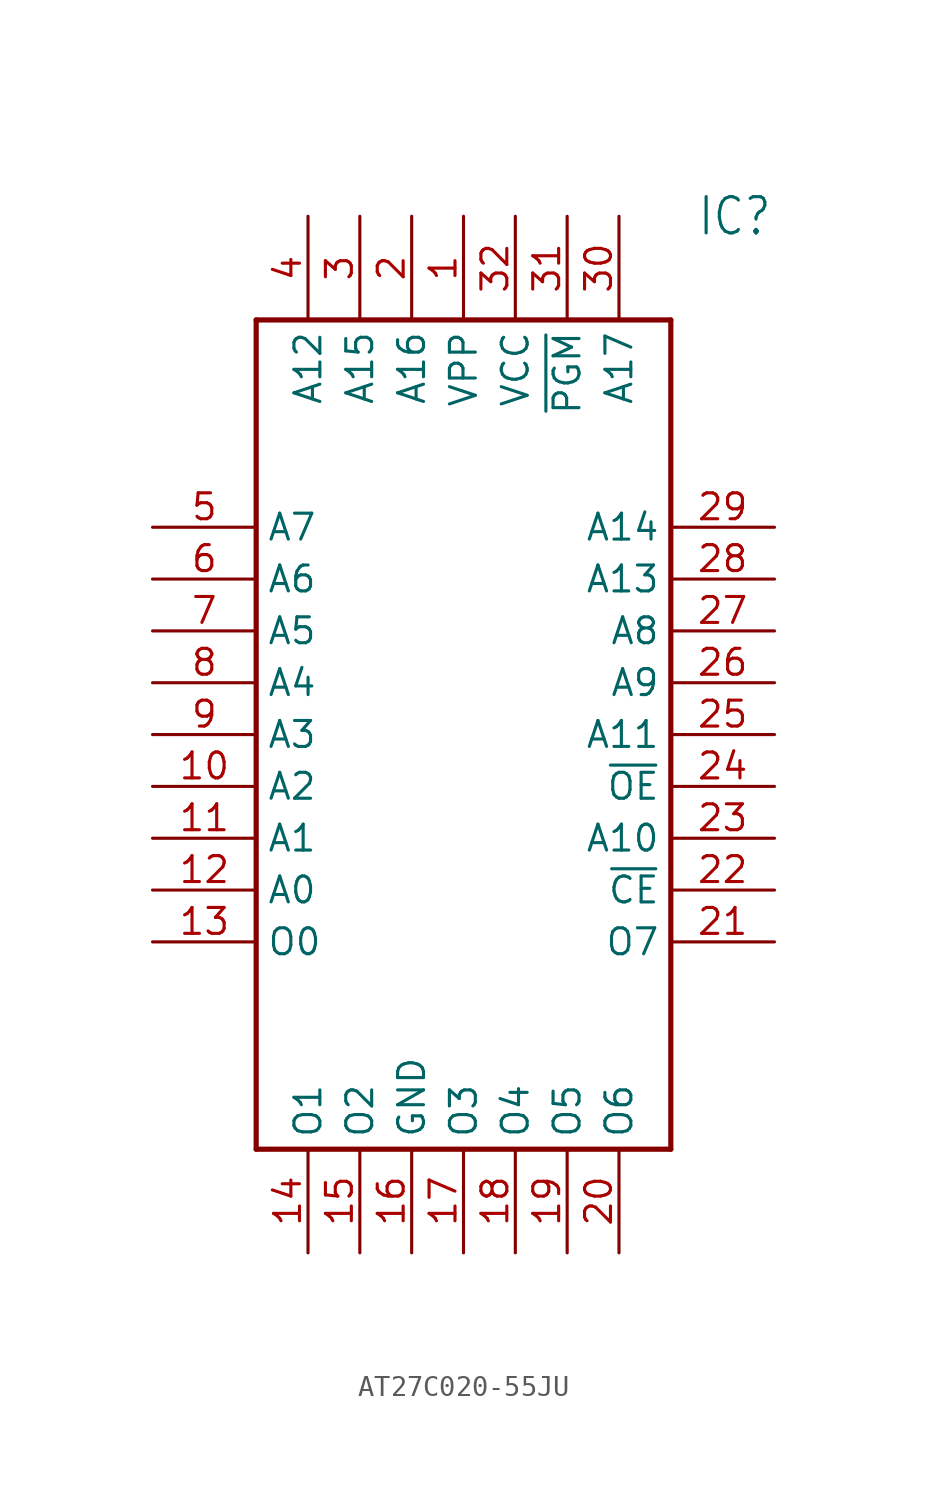
<source format=kicad_sym>
(kicad_symbol_lib
  (version 20220914)
  (generator kicad_symbol_editor)
  (symbol "AT27C020-55JU"
    (property "Reference" "IC"
      (at 26.67 15.24 0)
      (effects (font (size 1.778 1.511)) (justify left)))
    (property "Value" ""
      (at 26.67 12.7 0)
      (effects (font (size 1.778 1.511)) (justify left)))
    (property "ki_locked" ""
      (at 0 0 0)
      (effects (font (size 1.27 1.27))))
    (symbol "AT27C020-55JU_1_0"
      (polyline (pts (xy 5.08 10.16) (xy 5.08 -30.48)) (stroke (width 0.254) (type solid)) (fill (type none)))
      (polyline (pts (xy 5.08 10.16) (xy 25.4 10.16)) (stroke (width 0.254) (type solid)) (fill (type none)))
      (polyline (pts (xy 25.4 -30.48) (xy 5.08 -30.48)) (stroke (width 0.254) (type solid)) (fill (type none)))
      (polyline (pts (xy 25.4 -30.48) (xy 25.4 10.16)) (stroke (width 0.254) (type solid)) (fill (type none)))
      (pin bidirectional line (at 15.24 15.24 270) (length 5.08) (name "VPP" (effects (font (size 1.27 1.27)))) (number "1" (effects (font (size 1.27 1.27)))))
      (pin bidirectional line (at 0 -12.7 0) (length 5.08) (name "A2" (effects (font (size 1.27 1.27)))) (number "10" (effects (font (size 1.27 1.27)))))
      (pin bidirectional line (at 0 -15.24 0) (length 5.08) (name "A1" (effects (font (size 1.27 1.27)))) (number "11" (effects (font (size 1.27 1.27)))))
      (pin bidirectional line (at 0 -17.78 0) (length 5.08) (name "A0" (effects (font (size 1.27 1.27)))) (number "12" (effects (font (size 1.27 1.27)))))
      (pin bidirectional line (at 0 -20.32 0) (length 5.08) (name "O0" (effects (font (size 1.27 1.27)))) (number "13" (effects (font (size 1.27 1.27)))))
      (pin bidirectional line (at 7.62 -35.56 90) (length 5.08) (name "O1" (effects (font (size 1.27 1.27)))) (number "14" (effects (font (size 1.27 1.27)))))
      (pin bidirectional line (at 10.16 -35.56 90) (length 5.08) (name "O2" (effects (font (size 1.27 1.27)))) (number "15" (effects (font (size 1.27 1.27)))))
      (pin bidirectional line (at 12.7 -35.56 90) (length 5.08) (name "GND" (effects (font (size 1.27 1.27)))) (number "16" (effects (font (size 1.27 1.27)))))
      (pin bidirectional line (at 15.24 -35.56 90) (length 5.08) (name "O3" (effects (font (size 1.27 1.27)))) (number "17" (effects (font (size 1.27 1.27)))))
      (pin bidirectional line (at 17.78 -35.56 90) (length 5.08) (name "O4" (effects (font (size 1.27 1.27)))) (number "18" (effects (font (size 1.27 1.27)))))
      (pin bidirectional line (at 20.32 -35.56 90) (length 5.08) (name "O5" (effects (font (size 1.27 1.27)))) (number "19" (effects (font (size 1.27 1.27)))))
      (pin bidirectional line (at 12.7 15.24 270) (length 5.08) (name "A16" (effects (font (size 1.27 1.27)))) (number "2" (effects (font (size 1.27 1.27)))))
      (pin bidirectional line (at 22.86 -35.56 90) (length 5.08) (name "O6" (effects (font (size 1.27 1.27)))) (number "20" (effects (font (size 1.27 1.27)))))
      (pin bidirectional line (at 30.48 -20.32 180) (length 5.08) (name "O7" (effects (font (size 1.27 1.27)))) (number "21" (effects (font (size 1.27 1.27)))))
      (pin bidirectional line (at 30.48 -17.78 180) (length 5.08) (name "~{CE}" (effects (font (size 1.27 1.27)))) (number "22" (effects (font (size 1.27 1.27)))))
      (pin bidirectional line (at 30.48 -15.24 180) (length 5.08) (name "A10" (effects (font (size 1.27 1.27)))) (number "23" (effects (font (size 1.27 1.27)))))
      (pin bidirectional line (at 30.48 -12.7 180) (length 5.08) (name "~{OE}" (effects (font (size 1.27 1.27)))) (number "24" (effects (font (size 1.27 1.27)))))
      (pin bidirectional line (at 30.48 -10.16 180) (length 5.08) (name "A11" (effects (font (size 1.27 1.27)))) (number "25" (effects (font (size 1.27 1.27)))))
      (pin bidirectional line (at 30.48 -7.62 180) (length 5.08) (name "A9" (effects (font (size 1.27 1.27)))) (number "26" (effects (font (size 1.27 1.27)))))
      (pin bidirectional line (at 30.48 -5.08 180) (length 5.08) (name "A8" (effects (font (size 1.27 1.27)))) (number "27" (effects (font (size 1.27 1.27)))))
      (pin bidirectional line (at 30.48 -2.54 180) (length 5.08) (name "A13" (effects (font (size 1.27 1.27)))) (number "28" (effects (font (size 1.27 1.27)))))
      (pin bidirectional line (at 30.48 0 180) (length 5.08) (name "A14" (effects (font (size 1.27 1.27)))) (number "29" (effects (font (size 1.27 1.27)))))
      (pin bidirectional line (at 10.16 15.24 270) (length 5.08) (name "A15" (effects (font (size 1.27 1.27)))) (number "3" (effects (font (size 1.27 1.27)))))
      (pin bidirectional line (at 22.86 15.24 270) (length 5.08) (name "A17" (effects (font (size 1.27 1.27)))) (number "30" (effects (font (size 1.27 1.27)))))
      (pin bidirectional line (at 20.32 15.24 270) (length 5.08) (name "~{PGM}" (effects (font (size 1.27 1.27)))) (number "31" (effects (font (size 1.27 1.27)))))
      (pin bidirectional line (at 17.78 15.24 270) (length 5.08) (name "VCC" (effects (font (size 1.27 1.27)))) (number "32" (effects (font (size 1.27 1.27)))))
      (pin bidirectional line (at 7.62 15.24 270) (length 5.08) (name "A12" (effects (font (size 1.27 1.27)))) (number "4" (effects (font (size 1.27 1.27)))))
      (pin bidirectional line (at 0 0 0) (length 5.08) (name "A7" (effects (font (size 1.27 1.27)))) (number "5" (effects (font (size 1.27 1.27)))))
      (pin bidirectional line (at 0 -2.54 0) (length 5.08) (name "A6" (effects (font (size 1.27 1.27)))) (number "6" (effects (font (size 1.27 1.27)))))
      (pin bidirectional line (at 0 -5.08 0) (length 5.08) (name "A5" (effects (font (size 1.27 1.27)))) (number "7" (effects (font (size 1.27 1.27)))))
      (pin bidirectional line (at 0 -7.62 0) (length 5.08) (name "A4" (effects (font (size 1.27 1.27)))) (number "8" (effects (font (size 1.27 1.27)))))
      (pin bidirectional line (at 0 -10.16 0) (length 5.08) (name "A3" (effects (font (size 1.27 1.27)))) (number "9" (effects (font (size 1.27 1.27))))))))
</source>
